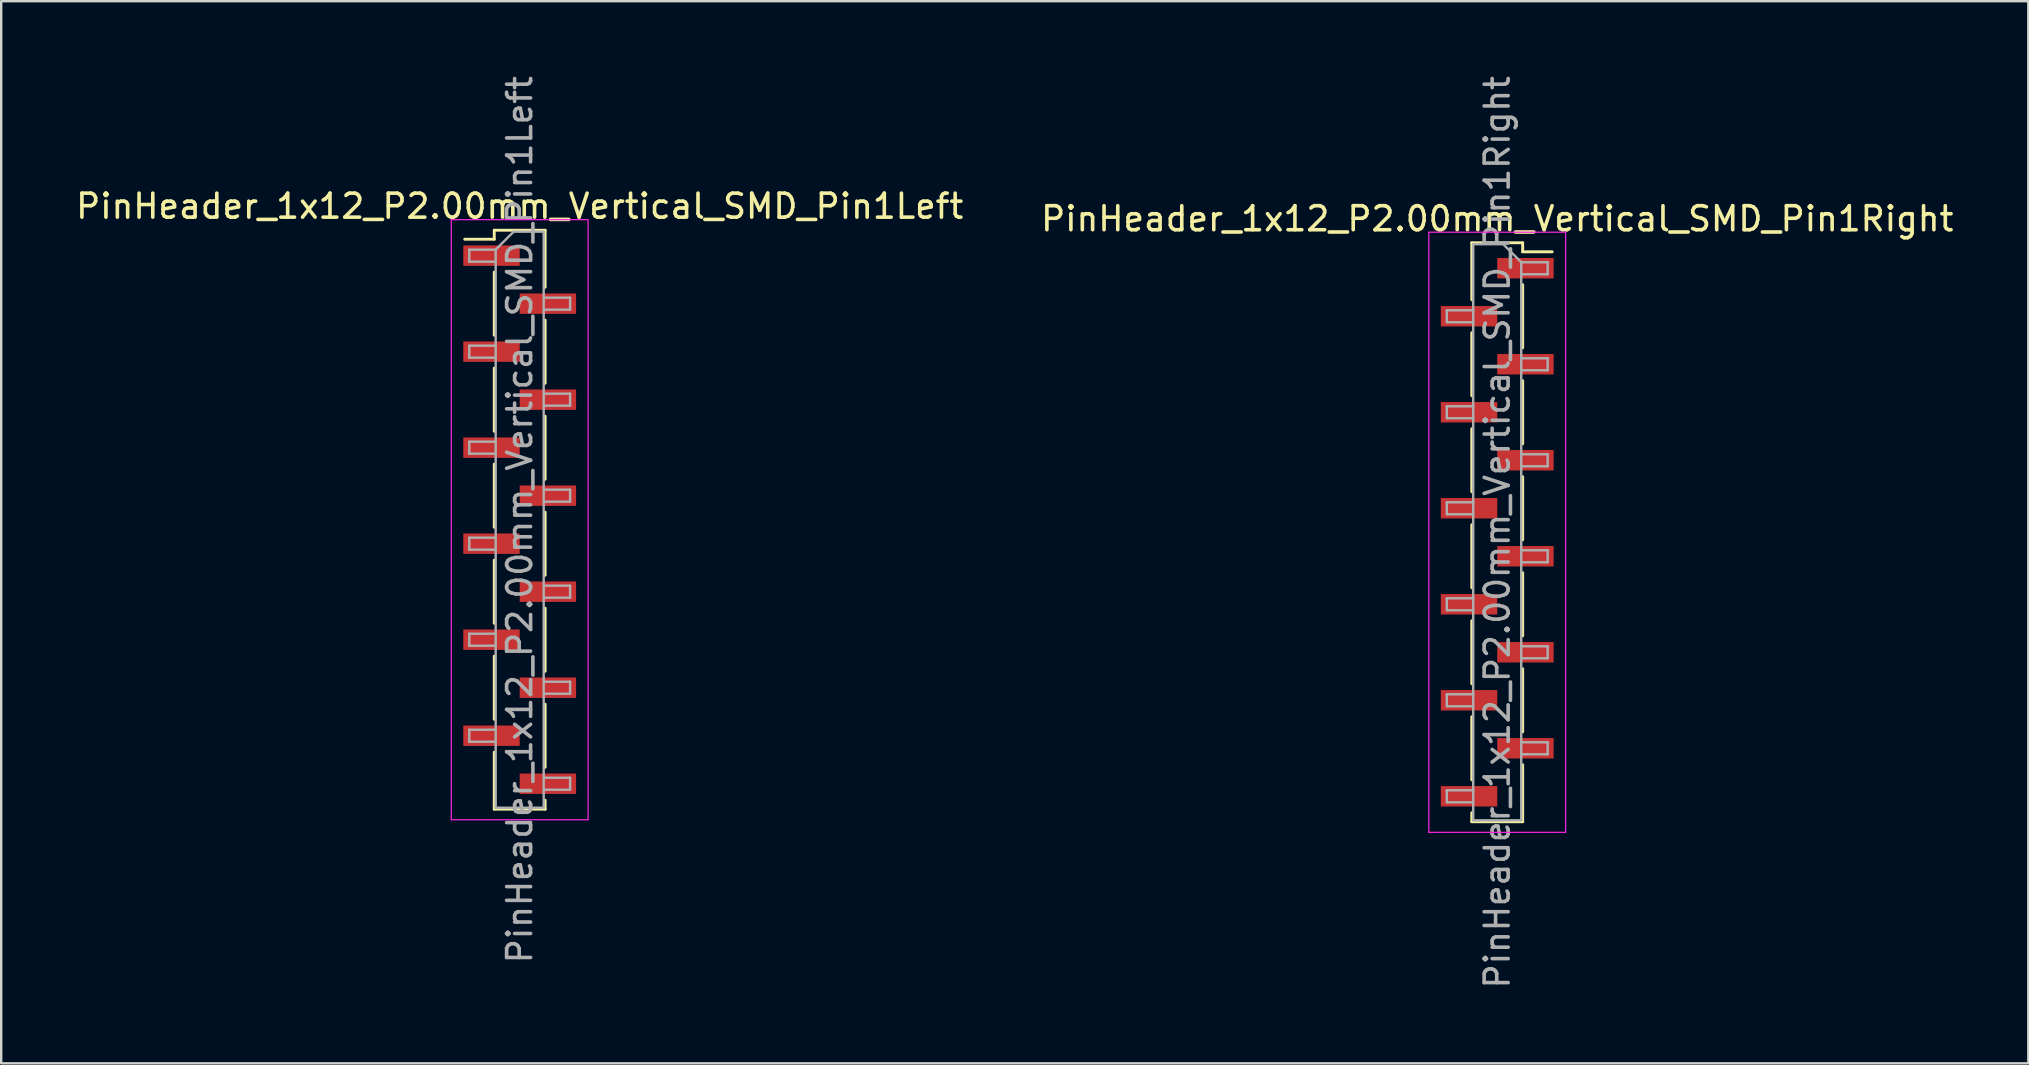
<source format=kicad_pcb>
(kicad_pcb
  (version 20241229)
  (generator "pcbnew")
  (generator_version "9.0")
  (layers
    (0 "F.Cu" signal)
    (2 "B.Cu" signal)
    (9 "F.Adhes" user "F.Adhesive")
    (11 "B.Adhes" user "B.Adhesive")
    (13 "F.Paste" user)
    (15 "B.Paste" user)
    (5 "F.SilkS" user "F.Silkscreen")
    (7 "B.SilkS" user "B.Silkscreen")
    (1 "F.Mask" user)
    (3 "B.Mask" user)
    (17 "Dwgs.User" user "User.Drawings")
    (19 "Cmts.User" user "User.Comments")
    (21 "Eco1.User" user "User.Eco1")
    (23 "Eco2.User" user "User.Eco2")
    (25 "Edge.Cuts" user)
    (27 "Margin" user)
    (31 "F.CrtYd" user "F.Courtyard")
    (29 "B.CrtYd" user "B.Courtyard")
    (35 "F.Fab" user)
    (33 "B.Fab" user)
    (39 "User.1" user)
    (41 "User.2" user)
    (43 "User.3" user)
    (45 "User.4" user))
  (footprint "PinHeader_1x12_P2.00mm_Vertical_SMD_Pin1Right"
    (layer "F.Cu")
    (at 59.327 19.125)
    (property "Reference" "PinHeader_1x12_P2.00mm_Vertical_SMD_Pin1Right" (at 0 -13.06 0) (layer "F.SilkS") (effects (font (size 1 1) (thickness 0.15))))
    (attr smd)
    (fp_line (start -1.06 -12.06) (end -1.06 -9.685) (stroke (width 0.12) (type solid)) (layer "F.SilkS"))
    (fp_line (start -1.06 -12.06) (end 1.06 -12.06) (stroke (width 0.12) (type solid)) (layer "F.SilkS"))
    (fp_line (start -1.06 -8.315) (end -1.06 -5.685) (stroke (width 0.12) (type solid)) (layer "F.SilkS"))
    (fp_line (start -1.06 -4.315) (end -1.06 -1.685) (stroke (width 0.12) (type solid)) (layer "F.SilkS"))
    (fp_line (start -1.06 -0.315) (end -1.06 2.315) (stroke (width 0.12) (type solid)) (layer "F.SilkS"))
    (fp_line (start -1.06 3.685) (end -1.06 6.315) (stroke (width 0.12) (type solid)) (layer "F.SilkS"))
    (fp_line (start -1.06 7.685) (end -1.06 10.315) (stroke (width 0.12) (type solid)) (layer "F.SilkS"))
    (fp_line (start -1.06 11.685) (end -1.06 12.06) (stroke (width 0.12) (type solid)) (layer "F.SilkS"))
    (fp_line (start -1.06 12.06) (end 1.06 12.06) (stroke (width 0.12) (type solid)) (layer "F.SilkS"))
    (fp_line (start 1.06 -12.06) (end 1.06 -11.685) (stroke (width 0.12) (type solid)) (layer "F.SilkS"))
    (fp_line (start 1.06 -11.685) (end 2.29 -11.685) (stroke (width 0.12) (type solid)) (layer "F.SilkS"))
    (fp_line (start 1.06 -10.315) (end 1.06 -7.685) (stroke (width 0.12) (type solid)) (layer "F.SilkS"))
    (fp_line (start 1.06 -6.315) (end 1.06 -3.685) (stroke (width 0.12) (type solid)) (layer "F.SilkS"))
    (fp_line (start 1.06 -2.315) (end 1.06 0.315) (stroke (width 0.12) (type solid)) (layer "F.SilkS"))
    (fp_line (start 1.06 1.685) (end 1.06 4.315) (stroke (width 0.12) (type solid)) (layer "F.SilkS"))
    (fp_line (start 1.06 5.685) (end 1.06 8.315) (stroke (width 0.12) (type solid)) (layer "F.SilkS"))
    (fp_line (start 1.06 9.685) (end 1.06 12.06) (stroke (width 0.12) (type solid)) (layer "F.SilkS"))
    (fp_line (start -2.85 -12.5) (end -2.85 12.5) (stroke (width 0.05) (type solid)) (layer "F.CrtYd"))
    (fp_line (start -2.85 12.5) (end 2.85 12.5) (stroke (width 0.05) (type solid)) (layer "F.CrtYd"))
    (fp_line (start 2.85 -12.5) (end -2.85 -12.5) (stroke (width 0.05) (type solid)) (layer "F.CrtYd"))
    (fp_line (start 2.85 12.5) (end 2.85 -12.5) (stroke (width 0.05) (type solid)) (layer "F.CrtYd"))
    (fp_line (start -2.1 -9.25) (end -2.1 -8.75) (stroke (width 0.1) (type solid)) (layer "F.Fab"))
    (fp_line (start -2.1 -8.75) (end -1 -8.75) (stroke (width 0.1) (type solid)) (layer "F.Fab"))
    (fp_line (start -2.1 -5.25) (end -2.1 -4.75) (stroke (width 0.1) (type solid)) (layer "F.Fab"))
    (fp_line (start -2.1 -4.75) (end -1 -4.75) (stroke (width 0.1) (type solid)) (layer "F.Fab"))
    (fp_line (start -2.1 -1.25) (end -2.1 -0.75) (stroke (width 0.1) (type solid)) (layer "F.Fab"))
    (fp_line (start -2.1 -0.75) (end -1 -0.75) (stroke (width 0.1) (type solid)) (layer "F.Fab"))
    (fp_line (start -2.1 2.75) (end -2.1 3.25) (stroke (width 0.1) (type solid)) (layer "F.Fab"))
    (fp_line (start -2.1 3.25) (end -1 3.25) (stroke (width 0.1) (type solid)) (layer "F.Fab"))
    (fp_line (start -2.1 6.75) (end -2.1 7.25) (stroke (width 0.1) (type solid)) (layer "F.Fab"))
    (fp_line (start -2.1 7.25) (end -1 7.25) (stroke (width 0.1) (type solid)) (layer "F.Fab"))
    (fp_line (start -2.1 10.75) (end -2.1 11.25) (stroke (width 0.1) (type solid)) (layer "F.Fab"))
    (fp_line (start -2.1 11.25) (end -1 11.25) (stroke (width 0.1) (type solid)) (layer "F.Fab"))
    (fp_line (start -1 -12) (end -1 12) (stroke (width 0.1) (type solid)) (layer "F.Fab"))
    (fp_line (start -1 -12) (end 0.25 -12) (stroke (width 0.1) (type solid)) (layer "F.Fab"))
    (fp_line (start -1 -9.25) (end -2.1 -9.25) (stroke (width 0.1) (type solid)) (layer "F.Fab"))
    (fp_line (start -1 -5.25) (end -2.1 -5.25) (stroke (width 0.1) (type solid)) (layer "F.Fab"))
    (fp_line (start -1 -1.25) (end -2.1 -1.25) (stroke (width 0.1) (type solid)) (layer "F.Fab"))
    (fp_line (start -1 2.75) (end -2.1 2.75) (stroke (width 0.1) (type solid)) (layer "F.Fab"))
    (fp_line (start -1 6.75) (end -2.1 6.75) (stroke (width 0.1) (type solid)) (layer "F.Fab"))
    (fp_line (start -1 10.75) (end -2.1 10.75) (stroke (width 0.1) (type solid)) (layer "F.Fab"))
    (fp_line (start 1 -11.25) (end 0.25 -12) (stroke (width 0.1) (type solid)) (layer "F.Fab"))
    (fp_line (start 1 -11.25) (end 2.1 -11.25) (stroke (width 0.1) (type solid)) (layer "F.Fab"))
    (fp_line (start 1 -7.25) (end 2.1 -7.25) (stroke (width 0.1) (type solid)) (layer "F.Fab"))
    (fp_line (start 1 -3.25) (end 2.1 -3.25) (stroke (width 0.1) (type solid)) (layer "F.Fab"))
    (fp_line (start 1 0.75) (end 2.1 0.75) (stroke (width 0.1) (type solid)) (layer "F.Fab"))
    (fp_line (start 1 4.75) (end 2.1 4.75) (stroke (width 0.1) (type solid)) (layer "F.Fab"))
    (fp_line (start 1 8.75) (end 2.1 8.75) (stroke (width 0.1) (type solid)) (layer "F.Fab"))
    (fp_line (start 1 12) (end -1 12) (stroke (width 0.1) (type solid)) (layer "F.Fab"))
    (fp_line (start 1 12) (end 1 -11.25) (stroke (width 0.1) (type solid)) (layer "F.Fab"))
    (fp_line (start 2.1 -11.25) (end 2.1 -10.75) (stroke (width 0.1) (type solid)) (layer "F.Fab"))
    (fp_line (start 2.1 -10.75) (end 1 -10.75) (stroke (width 0.1) (type solid)) (layer "F.Fab"))
    (fp_line (start 2.1 -7.25) (end 2.1 -6.75) (stroke (width 0.1) (type solid)) (layer "F.Fab"))
    (fp_line (start 2.1 -6.75) (end 1 -6.75) (stroke (width 0.1) (type solid)) (layer "F.Fab"))
    (fp_line (start 2.1 -3.25) (end 2.1 -2.75) (stroke (width 0.1) (type solid)) (layer "F.Fab"))
    (fp_line (start 2.1 -2.75) (end 1 -2.75) (stroke (width 0.1) (type solid)) (layer "F.Fab"))
    (fp_line (start 2.1 0.75) (end 2.1 1.25) (stroke (width 0.1) (type solid)) (layer "F.Fab"))
    (fp_line (start 2.1 1.25) (end 1 1.25) (stroke (width 0.1) (type solid)) (layer "F.Fab"))
    (fp_line (start 2.1 4.75) (end 2.1 5.25) (stroke (width 0.1) (type solid)) (layer "F.Fab"))
    (fp_line (start 2.1 5.25) (end 1 5.25) (stroke (width 0.1) (type solid)) (layer "F.Fab"))
    (fp_line (start 2.1 8.75) (end 2.1 9.25) (stroke (width 0.1) (type solid)) (layer "F.Fab"))
    (fp_line (start 2.1 9.25) (end 1 9.25) (stroke (width 0.1) (type solid)) (layer "F.Fab"))
    (fp_text user "${REFERENCE}" (at 0 0 90) (layer "F.Fab") (effects (font (size 1 1) (thickness 0.15))))
    (pad "1" smd rect (at 1.175 -11) (size 2.35 0.85) (layers "F.Cu" "F.Mask" "F.Paste"))
    (pad "2" smd rect (at -1.175 -9) (size 2.35 0.85) (layers "F.Cu" "F.Mask" "F.Paste"))
    (pad "3" smd rect (at 1.175 -7) (size 2.35 0.85) (layers "F.Cu" "F.Mask" "F.Paste"))
    (pad "4" smd rect (at -1.175 -5) (size 2.35 0.85) (layers "F.Cu" "F.Mask" "F.Paste"))
    (pad "5" smd rect (at 1.175 -3) (size 2.35 0.85) (layers "F.Cu" "F.Mask" "F.Paste"))
    (pad "6" smd rect (at -1.175 -1) (size 2.35 0.85) (layers "F.Cu" "F.Mask" "F.Paste"))
    (pad "7" smd rect (at 1.175 1) (size 2.35 0.85) (layers "F.Cu" "F.Mask" "F.Paste"))
    (pad "8" smd rect (at -1.175 3) (size 2.35 0.85) (layers "F.Cu" "F.Mask" "F.Paste"))
    (pad "9" smd rect (at 1.175 5) (size 2.35 0.85) (layers "F.Cu" "F.Mask" "F.Paste"))
    (pad "10" smd rect (at -1.175 7) (size 2.35 0.85) (layers "F.Cu" "F.Mask" "F.Paste"))
    (pad "11" smd rect (at 1.175 9) (size 2.35 0.85) (layers "F.Cu" "F.Mask" "F.Paste"))
    (pad "12" smd rect (at -1.175 11) (size 2.35 0.85) (layers "F.Cu" "F.Mask" "F.Paste")))
  (footprint "PinHeader_1x12_P2.00mm_Vertical_SMD_Pin1Left"
    (layer "F.Cu")
    (at 18.601 18.601)
    (property "Reference" "PinHeader_1x12_P2.00mm_Vertical_SMD_Pin1Left" (at 0 -13.06 0) (layer "F.SilkS") (effects (font (size 1 1) (thickness 0.15))))
    (attr smd)
    (fp_line (start -1.06 -12.06) (end -1.06 -11.685) (stroke (width 0.12) (type solid)) (layer "F.SilkS"))
    (fp_line (start -1.06 -12.06) (end 1.06 -12.06) (stroke (width 0.12) (type solid)) (layer "F.SilkS"))
    (fp_line (start -1.06 -11.685) (end -2.29 -11.685) (stroke (width 0.12) (type solid)) (layer "F.SilkS"))
    (fp_line (start -1.06 -10.315) (end -1.06 -7.685) (stroke (width 0.12) (type solid)) (layer "F.SilkS"))
    (fp_line (start -1.06 -6.315) (end -1.06 -3.685) (stroke (width 0.12) (type solid)) (layer "F.SilkS"))
    (fp_line (start -1.06 -2.315) (end -1.06 0.315) (stroke (width 0.12) (type solid)) (layer "F.SilkS"))
    (fp_line (start -1.06 1.685) (end -1.06 4.315) (stroke (width 0.12) (type solid)) (layer "F.SilkS"))
    (fp_line (start -1.06 5.685) (end -1.06 8.315) (stroke (width 0.12) (type solid)) (layer "F.SilkS"))
    (fp_line (start -1.06 9.685) (end -1.06 12.06) (stroke (width 0.12) (type solid)) (layer "F.SilkS"))
    (fp_line (start -1.06 12.06) (end 1.06 12.06) (stroke (width 0.12) (type solid)) (layer "F.SilkS"))
    (fp_line (start 1.06 -12.06) (end 1.06 -9.685) (stroke (width 0.12) (type solid)) (layer "F.SilkS"))
    (fp_line (start 1.06 -8.315) (end 1.06 -5.685) (stroke (width 0.12) (type solid)) (layer "F.SilkS"))
    (fp_line (start 1.06 -4.315) (end 1.06 -1.685) (stroke (width 0.12) (type solid)) (layer "F.SilkS"))
    (fp_line (start 1.06 -0.315) (end 1.06 2.315) (stroke (width 0.12) (type solid)) (layer "F.SilkS"))
    (fp_line (start 1.06 3.685) (end 1.06 6.315) (stroke (width 0.12) (type solid)) (layer "F.SilkS"))
    (fp_line (start 1.06 7.685) (end 1.06 10.315) (stroke (width 0.12) (type solid)) (layer "F.SilkS"))
    (fp_line (start 1.06 11.685) (end 1.06 12.06) (stroke (width 0.12) (type solid)) (layer "F.SilkS"))
    (fp_line (start -2.85 -12.5) (end -2.85 12.5) (stroke (width 0.05) (type solid)) (layer "F.CrtYd"))
    (fp_line (start -2.85 12.5) (end 2.85 12.5) (stroke (width 0.05) (type solid)) (layer "F.CrtYd"))
    (fp_line (start 2.85 -12.5) (end -2.85 -12.5) (stroke (width 0.05) (type solid)) (layer "F.CrtYd"))
    (fp_line (start 2.85 12.5) (end 2.85 -12.5) (stroke (width 0.05) (type solid)) (layer "F.CrtYd"))
    (fp_line (start -2.1 -11.25) (end -2.1 -10.75) (stroke (width 0.1) (type solid)) (layer "F.Fab"))
    (fp_line (start -2.1 -10.75) (end -1 -10.75) (stroke (width 0.1) (type solid)) (layer "F.Fab"))
    (fp_line (start -2.1 -7.25) (end -2.1 -6.75) (stroke (width 0.1) (type solid)) (layer "F.Fab"))
    (fp_line (start -2.1 -6.75) (end -1 -6.75) (stroke (width 0.1) (type solid)) (layer "F.Fab"))
    (fp_line (start -2.1 -3.25) (end -2.1 -2.75) (stroke (width 0.1) (type solid)) (layer "F.Fab"))
    (fp_line (start -2.1 -2.75) (end -1 -2.75) (stroke (width 0.1) (type solid)) (layer "F.Fab"))
    (fp_line (start -2.1 0.75) (end -2.1 1.25) (stroke (width 0.1) (type solid)) (layer "F.Fab"))
    (fp_line (start -2.1 1.25) (end -1 1.25) (stroke (width 0.1) (type solid)) (layer "F.Fab"))
    (fp_line (start -2.1 4.75) (end -2.1 5.25) (stroke (width 0.1) (type solid)) (layer "F.Fab"))
    (fp_line (start -2.1 5.25) (end -1 5.25) (stroke (width 0.1) (type solid)) (layer "F.Fab"))
    (fp_line (start -2.1 8.75) (end -2.1 9.25) (stroke (width 0.1) (type solid)) (layer "F.Fab"))
    (fp_line (start -2.1 9.25) (end -1 9.25) (stroke (width 0.1) (type solid)) (layer "F.Fab"))
    (fp_line (start -1 -11.25) (end -2.1 -11.25) (stroke (width 0.1) (type solid)) (layer "F.Fab"))
    (fp_line (start -1 -11.25) (end -0.25 -12) (stroke (width 0.1) (type solid)) (layer "F.Fab"))
    (fp_line (start -1 -7.25) (end -2.1 -7.25) (stroke (width 0.1) (type solid)) (layer "F.Fab"))
    (fp_line (start -1 -3.25) (end -2.1 -3.25) (stroke (width 0.1) (type solid)) (layer "F.Fab"))
    (fp_line (start -1 0.75) (end -2.1 0.75) (stroke (width 0.1) (type solid)) (layer "F.Fab"))
    (fp_line (start -1 4.75) (end -2.1 4.75) (stroke (width 0.1) (type solid)) (layer "F.Fab"))
    (fp_line (start -1 8.75) (end -2.1 8.75) (stroke (width 0.1) (type solid)) (layer "F.Fab"))
    (fp_line (start -1 12) (end -1 -11.25) (stroke (width 0.1) (type solid)) (layer "F.Fab"))
    (fp_line (start -0.25 -12) (end 1 -12) (stroke (width 0.1) (type solid)) (layer "F.Fab"))
    (fp_line (start 1 -12) (end 1 12) (stroke (width 0.1) (type solid)) (layer "F.Fab"))
    (fp_line (start 1 -9.25) (end 2.1 -9.25) (stroke (width 0.1) (type solid)) (layer "F.Fab"))
    (fp_line (start 1 -5.25) (end 2.1 -5.25) (stroke (width 0.1) (type solid)) (layer "F.Fab"))
    (fp_line (start 1 -1.25) (end 2.1 -1.25) (stroke (width 0.1) (type solid)) (layer "F.Fab"))
    (fp_line (start 1 2.75) (end 2.1 2.75) (stroke (width 0.1) (type solid)) (layer "F.Fab"))
    (fp_line (start 1 6.75) (end 2.1 6.75) (stroke (width 0.1) (type solid)) (layer "F.Fab"))
    (fp_line (start 1 10.75) (end 2.1 10.75) (stroke (width 0.1) (type solid)) (layer "F.Fab"))
    (fp_line (start 1 12) (end -1 12) (stroke (width 0.1) (type solid)) (layer "F.Fab"))
    (fp_line (start 2.1 -9.25) (end 2.1 -8.75) (stroke (width 0.1) (type solid)) (layer "F.Fab"))
    (fp_line (start 2.1 -8.75) (end 1 -8.75) (stroke (width 0.1) (type solid)) (layer "F.Fab"))
    (fp_line (start 2.1 -5.25) (end 2.1 -4.75) (stroke (width 0.1) (type solid)) (layer "F.Fab"))
    (fp_line (start 2.1 -4.75) (end 1 -4.75) (stroke (width 0.1) (type solid)) (layer "F.Fab"))
    (fp_line (start 2.1 -1.25) (end 2.1 -0.75) (stroke (width 0.1) (type solid)) (layer "F.Fab"))
    (fp_line (start 2.1 -0.75) (end 1 -0.75) (stroke (width 0.1) (type solid)) (layer "F.Fab"))
    (fp_line (start 2.1 2.75) (end 2.1 3.25) (stroke (width 0.1) (type solid)) (layer "F.Fab"))
    (fp_line (start 2.1 3.25) (end 1 3.25) (stroke (width 0.1) (type solid)) (layer "F.Fab"))
    (fp_line (start 2.1 6.75) (end 2.1 7.25) (stroke (width 0.1) (type solid)) (layer "F.Fab"))
    (fp_line (start 2.1 7.25) (end 1 7.25) (stroke (width 0.1) (type solid)) (layer "F.Fab"))
    (fp_line (start 2.1 10.75) (end 2.1 11.25) (stroke (width 0.1) (type solid)) (layer "F.Fab"))
    (fp_line (start 2.1 11.25) (end 1 11.25) (stroke (width 0.1) (type solid)) (layer "F.Fab"))
    (fp_text user "${REFERENCE}" (at 0 0 90) (layer "F.Fab") (effects (font (size 1 1) (thickness 0.15))))
    (pad "1" smd rect (at -1.175 -11) (size 2.35 0.85) (layers "F.Cu" "F.Mask" "F.Paste"))
    (pad "2" smd rect (at 1.175 -9) (size 2.35 0.85) (layers "F.Cu" "F.Mask" "F.Paste"))
    (pad "3" smd rect (at -1.175 -7) (size 2.35 0.85) (layers "F.Cu" "F.Mask" "F.Paste"))
    (pad "4" smd rect (at 1.175 -5) (size 2.35 0.85) (layers "F.Cu" "F.Mask" "F.Paste"))
    (pad "5" smd rect (at -1.175 -3) (size 2.35 0.85) (layers "F.Cu" "F.Mask" "F.Paste"))
    (pad "6" smd rect (at 1.175 -1) (size 2.35 0.85) (layers "F.Cu" "F.Mask" "F.Paste"))
    (pad "7" smd rect (at -1.175 1) (size 2.35 0.85) (layers "F.Cu" "F.Mask" "F.Paste"))
    (pad "8" smd rect (at 1.175 3) (size 2.35 0.85) (layers "F.Cu" "F.Mask" "F.Paste"))
    (pad "9" smd rect (at -1.175 5) (size 2.35 0.85) (layers "F.Cu" "F.Mask" "F.Paste"))
    (pad "10" smd rect (at 1.175 7) (size 2.35 0.85) (layers "F.Cu" "F.Mask" "F.Paste"))
    (pad "11" smd rect (at -1.175 9) (size 2.35 0.85) (layers "F.Cu" "F.Mask" "F.Paste"))
    (pad "12" smd rect (at 1.175 11) (size 2.35 0.85) (layers "F.Cu" "F.Mask" "F.Paste")))
  (gr_rect
    (start -3 -3)
    (end 81.452 41.25)
    (stroke (width 0.1) (type default))
    (fill no)
    (layer "Edge.Cuts")))
</source>
